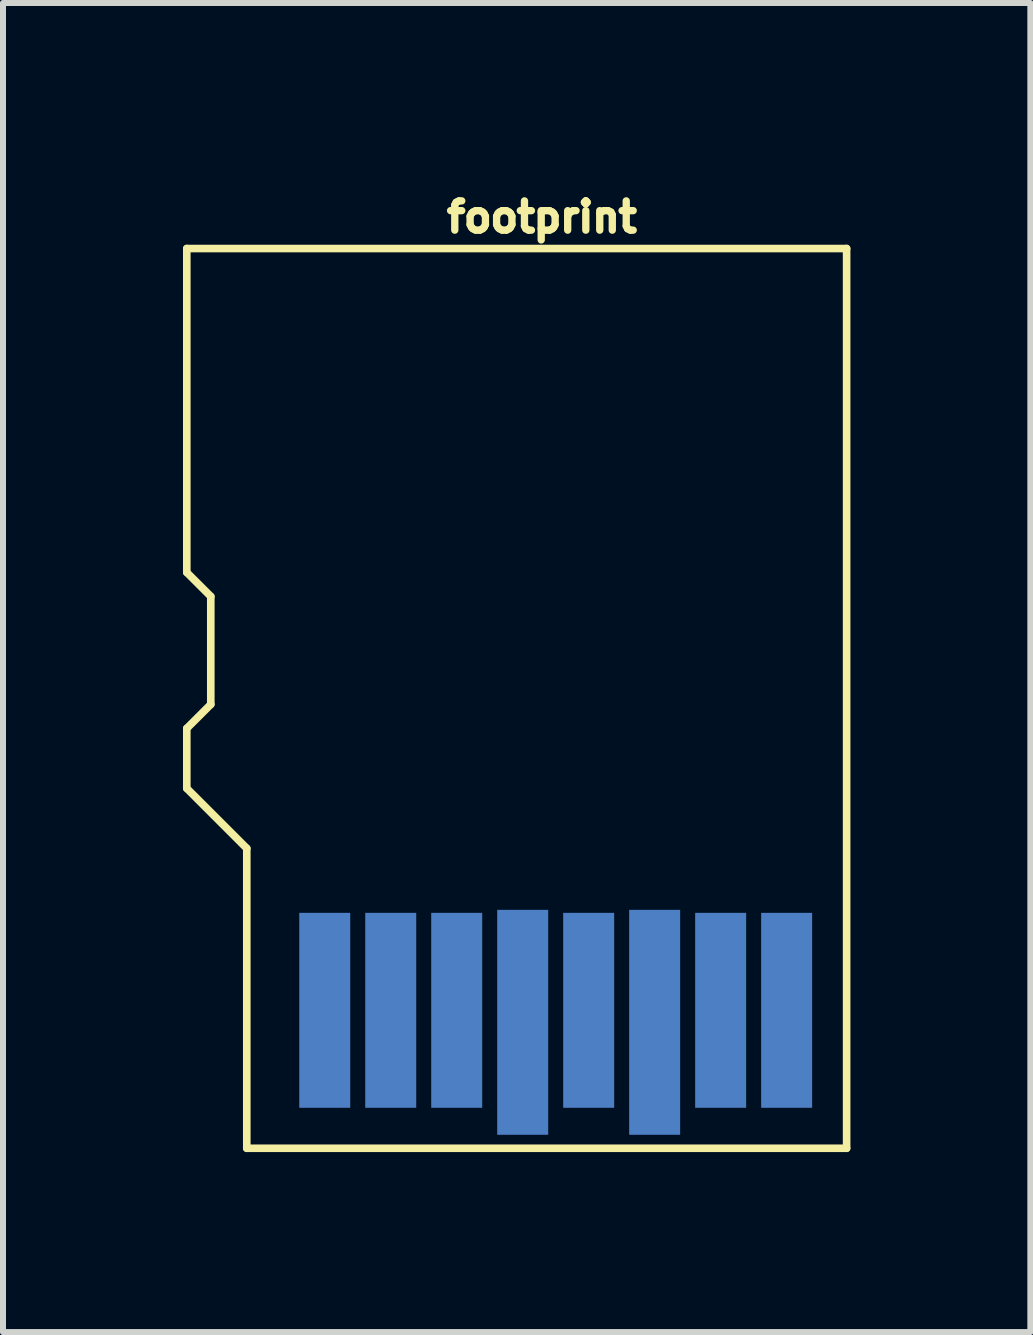
<source format=kicad_pcb>
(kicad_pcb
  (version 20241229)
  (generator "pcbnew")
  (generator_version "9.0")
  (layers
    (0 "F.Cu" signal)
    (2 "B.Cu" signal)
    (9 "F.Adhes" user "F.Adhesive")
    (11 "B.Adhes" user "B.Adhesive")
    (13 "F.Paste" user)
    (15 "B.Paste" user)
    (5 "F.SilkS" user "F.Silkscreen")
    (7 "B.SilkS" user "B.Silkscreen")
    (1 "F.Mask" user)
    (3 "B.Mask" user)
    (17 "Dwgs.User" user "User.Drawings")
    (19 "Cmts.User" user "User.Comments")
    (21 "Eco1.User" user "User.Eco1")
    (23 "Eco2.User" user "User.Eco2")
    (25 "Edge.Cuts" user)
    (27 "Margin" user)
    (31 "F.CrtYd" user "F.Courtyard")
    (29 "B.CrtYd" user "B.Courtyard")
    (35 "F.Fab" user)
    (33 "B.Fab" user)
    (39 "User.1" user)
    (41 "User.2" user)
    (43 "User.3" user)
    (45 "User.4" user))
  (footprint "footprint"
    (layer "F.Cu")
    (at 5.984 8.473)
    (property "Reference" "footprint" (at 0 -7.62 0) (layer "F.SilkS") (effects (font (size 0.488 0.488) (thickness 0.122)) (justify bottom)))
    (fp_line (start -5.92 -7.38) (end -5.92 -1.98) (stroke (width 0.127) (type solid)) (layer "F.SilkS"))
    (fp_line (start -5.92 -1.98) (end -5.52 -1.58) (stroke (width 0.127) (type solid)) (layer "F.SilkS"))
    (fp_line (start -5.92 0.62) (end -5.92 1.62) (stroke (width 0.127) (type solid)) (layer "F.SilkS"))
    (fp_line (start -5.92 1.62) (end -4.92 2.62) (stroke (width 0.127) (type solid)) (layer "F.SilkS"))
    (fp_line (start -5.52 -1.58) (end -5.52 0.22) (stroke (width 0.127) (type solid)) (layer "F.SilkS"))
    (fp_line (start -5.52 0.22) (end -5.92 0.62) (stroke (width 0.127) (type solid)) (layer "F.SilkS"))
    (fp_line (start -4.92 2.62) (end -4.92 7.62) (stroke (width 0.127) (type solid)) (layer "F.SilkS"))
    (fp_line (start -4.92 7.62) (end 5.08 7.62) (stroke (width 0.127) (type solid)) (layer "F.SilkS"))
    (fp_line (start 5.08 -7.38) (end -5.92 -7.38) (stroke (width 0.127) (type solid)) (layer "F.SilkS"))
    (fp_line (start 5.08 7.62) (end 5.08 -7.38) (stroke (width 0.127) (type solid)) (layer "F.SilkS"))
    (pad "CD/DAT3" smd rect (at -2.52 5.32) (size 0.85 3.25) (layers "B.Cu" "B.Mask" "B.Paste"))
    (pad "CLK" smd rect (at 0.78 5.32) (size 0.85 3.25) (layers "B.Cu" "B.Mask" "B.Paste"))
    (pad "CMD" smd rect (at -1.42 5.32) (size 0.85 3.25) (layers "B.Cu" "B.Mask" "B.Paste"))
    (pad "DAT0" smd rect (at 2.98 5.32) (size 0.85 3.25) (layers "B.Cu" "B.Mask" "B.Paste"))
    (pad "DAT1" smd rect (at 4.08 5.32) (size 0.85 3.25) (layers "B.Cu" "B.Mask" "B.Paste"))
    (pad "DAT2" smd rect (at -3.62 5.32) (size 0.85 3.25) (layers "B.Cu" "B.Mask" "B.Paste"))
    (pad "GND" smd rect (at 1.88 5.52 180) (size 0.85 3.75) (layers "B.Cu" "B.Mask" "B.Paste"))
    (pad "VCC" smd rect (at -0.32 5.52) (size 0.85 3.75) (layers "B.Cu" "B.Mask" "B.Paste")))
  (gr_rect
    (start -3 -3)
    (end 14.127 19.157)
    (stroke (width 0.1) (type default))
    (fill no)
    (layer "Edge.Cuts")))
</source>
